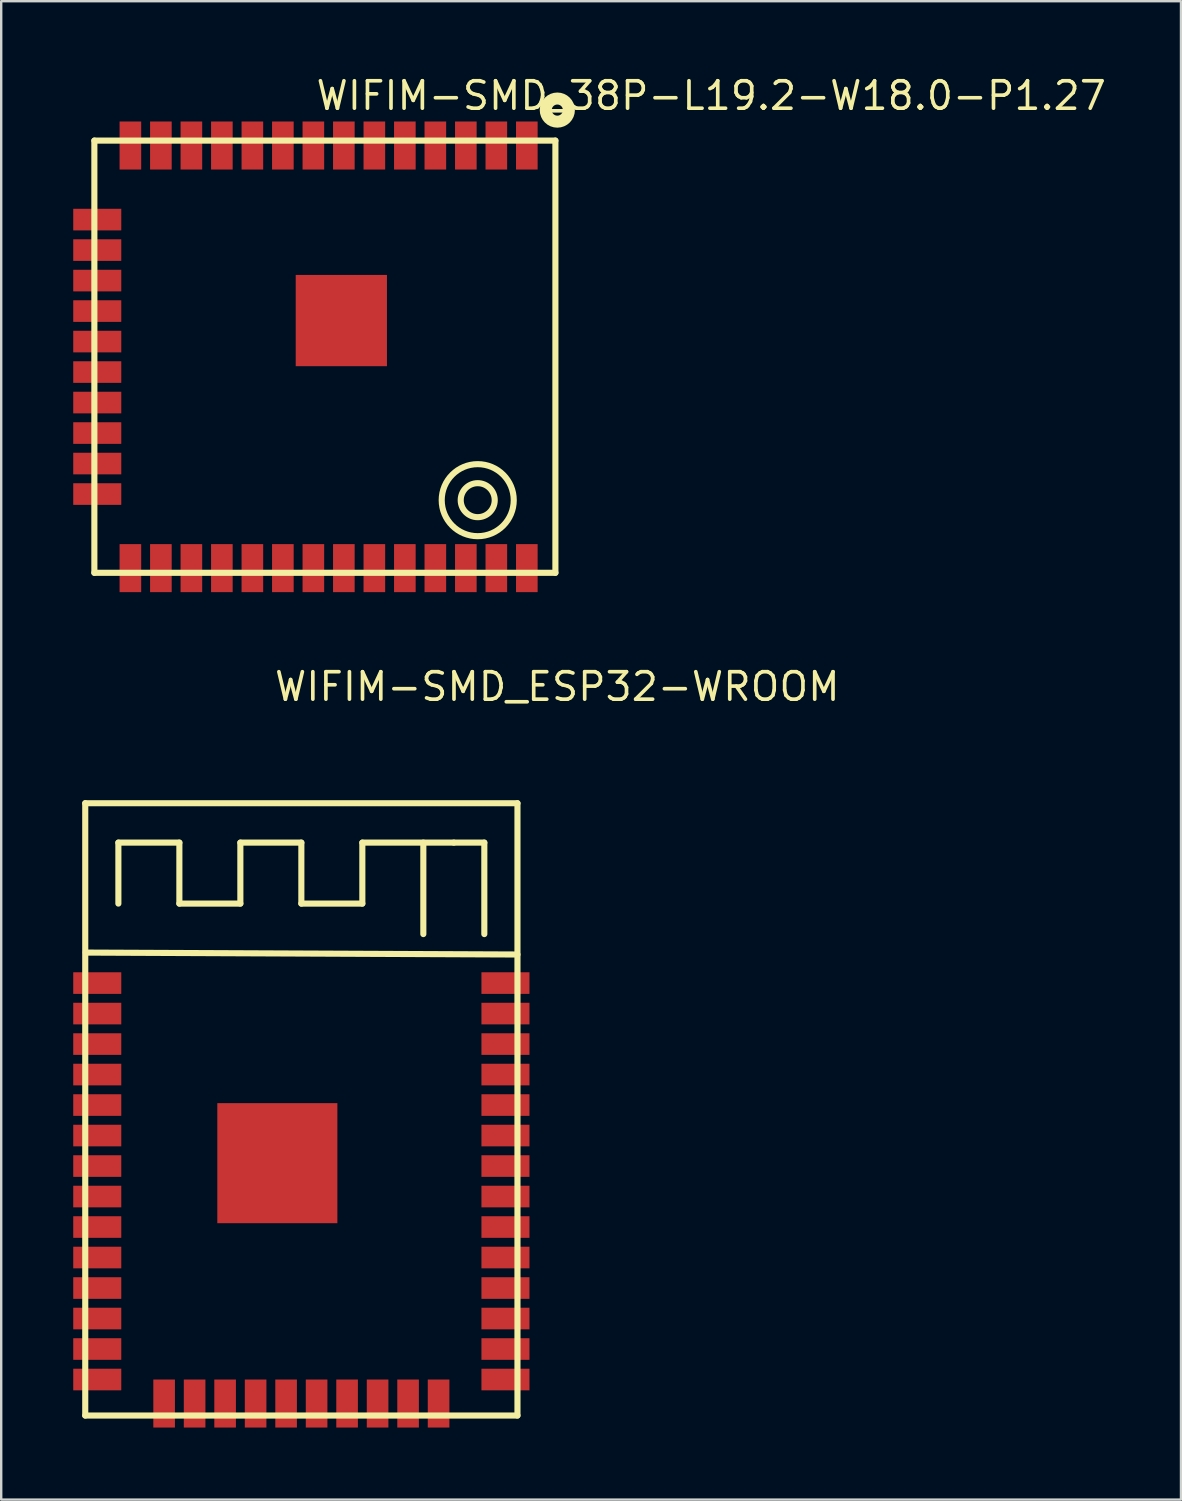
<source format=kicad_pcb>
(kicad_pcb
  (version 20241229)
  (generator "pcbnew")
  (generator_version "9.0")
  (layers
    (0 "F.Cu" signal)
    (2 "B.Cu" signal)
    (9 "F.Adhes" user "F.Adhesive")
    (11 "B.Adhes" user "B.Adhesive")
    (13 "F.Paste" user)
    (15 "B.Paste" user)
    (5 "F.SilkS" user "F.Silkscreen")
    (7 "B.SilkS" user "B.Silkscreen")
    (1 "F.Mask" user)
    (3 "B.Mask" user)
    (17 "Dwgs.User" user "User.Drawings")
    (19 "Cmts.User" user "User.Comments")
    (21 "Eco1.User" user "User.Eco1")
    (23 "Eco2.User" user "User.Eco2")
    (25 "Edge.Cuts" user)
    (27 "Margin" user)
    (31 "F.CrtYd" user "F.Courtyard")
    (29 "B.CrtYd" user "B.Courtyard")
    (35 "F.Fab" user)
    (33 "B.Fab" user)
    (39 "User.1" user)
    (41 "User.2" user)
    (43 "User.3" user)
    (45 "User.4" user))
  (footprint "WIFIM-SMD_ESP32-WROOM"
    (layer "F.Cu")
    (at 9.5 46.646)
    (property "Reference" "WIFIM-SMD_ESP32-WROOM" (at -1.2 -21.1 0) (layer "F.SilkS") (effects (font (size 1.143 1.143) (thickness 0.152)) (justify left)))
    (attr smd)
    (fp_line (start -9 -16.245) (end 9 -16.245) (stroke (width 0.254) (type solid)) (layer "F.SilkS"))
    (fp_line (start -9 9.255) (end -9 -16.245) (stroke (width 0.254) (type solid)) (layer "F.SilkS"))
    (fp_line (start -8.98 -10.025) (end 9 -9.945) (stroke (width 0.254) (type solid)) (layer "F.SilkS"))
    (fp_line (start -7.62 -14.605) (end -5.08 -14.605) (stroke (width 0.254) (type solid)) (layer "F.SilkS"))
    (fp_line (start -7.62 -12.065) (end -7.62 -14.605) (stroke (width 0.254) (type solid)) (layer "F.SilkS"))
    (fp_line (start -5.08 -14.605) (end -5.08 -12.065) (stroke (width 0.254) (type solid)) (layer "F.SilkS"))
    (fp_line (start -5.08 -12.065) (end -2.54 -12.065) (stroke (width 0.254) (type solid)) (layer "F.SilkS"))
    (fp_line (start -2.54 -14.605) (end 0 -14.605) (stroke (width 0.254) (type solid)) (layer "F.SilkS"))
    (fp_line (start -2.54 -12.065) (end -2.54 -14.605) (stroke (width 0.254) (type solid)) (layer "F.SilkS"))
    (fp_line (start 0 -14.605) (end 0 -12.065) (stroke (width 0.254) (type solid)) (layer "F.SilkS"))
    (fp_line (start 0 -12.065) (end 2.54 -12.065) (stroke (width 0.254) (type solid)) (layer "F.SilkS"))
    (fp_line (start 2.54 -14.605) (end 6.35 -14.605) (stroke (width 0.254) (type solid)) (layer "F.SilkS"))
    (fp_line (start 2.54 -12.065) (end 2.54 -14.605) (stroke (width 0.254) (type solid)) (layer "F.SilkS"))
    (fp_line (start 5.08 -14.605) (end 5.08 -10.795) (stroke (width 0.254) (type solid)) (layer "F.SilkS"))
    (fp_line (start 6.35 -14.605) (end 7.62 -14.605) (stroke (width 0.254) (type solid)) (layer "F.SilkS"))
    (fp_line (start 7.62 -14.605) (end 7.62 -10.795) (stroke (width 0.254) (type solid)) (layer "F.SilkS"))
    (fp_line (start 9 -16.245) (end 9 9.255) (stroke (width 0.254) (type solid)) (layer "F.SilkS"))
    (fp_line (start 9 9.255) (end -9 9.255) (stroke (width 0.254) (type solid)) (layer "F.SilkS"))
    (pad "1" smd rect (at -8.5 -8.755 180) (size 2 0.9) (layers "F.Cu" "F.Mask" "F.Paste"))
    (pad "2" smd rect (at -8.5 -7.485 180) (size 2 0.9) (layers "F.Cu" "F.Mask" "F.Paste"))
    (pad "3" smd rect (at -8.5 -6.215 180) (size 2 0.9) (layers "F.Cu" "F.Mask" "F.Paste"))
    (pad "4" smd rect (at -8.5 -4.945 180) (size 2 0.9) (layers "F.Cu" "F.Mask" "F.Paste"))
    (pad "5" smd rect (at -8.5 -3.675 180) (size 2 0.9) (layers "F.Cu" "F.Mask" "F.Paste"))
    (pad "6" smd rect (at -8.5 -2.405 180) (size 2 0.9) (layers "F.Cu" "F.Mask" "F.Paste"))
    (pad "7" smd rect (at -8.5 -1.135 180) (size 2 0.9) (layers "F.Cu" "F.Mask" "F.Paste"))
    (pad "8" smd rect (at -8.5 0.135 180) (size 2 0.9) (layers "F.Cu" "F.Mask" "F.Paste"))
    (pad "9" smd rect (at -8.5 1.405 180) (size 2 0.9) (layers "F.Cu" "F.Mask" "F.Paste"))
    (pad "10" smd rect (at -8.5 2.675 180) (size 2 0.9) (layers "F.Cu" "F.Mask" "F.Paste"))
    (pad "11" smd rect (at -8.5 3.945 180) (size 2 0.9) (layers "F.Cu" "F.Mask" "F.Paste"))
    (pad "12" smd rect (at -8.5 5.215 180) (size 2 0.9) (layers "F.Cu" "F.Mask" "F.Paste"))
    (pad "13" smd rect (at -8.5 6.485 180) (size 2 0.9) (layers "F.Cu" "F.Mask" "F.Paste"))
    (pad "14" smd rect (at -8.5 7.755 180) (size 2 0.9) (layers "F.Cu" "F.Mask" "F.Paste"))
    (pad "15" smd rect (at -5.715 8.755 270) (size 2 0.9) (layers "F.Cu" "F.Mask" "F.Paste"))
    (pad "16" smd rect (at -4.445 8.755 270) (size 2 0.9) (layers "F.Cu" "F.Mask" "F.Paste"))
    (pad "17" smd rect (at -3.175 8.755 270) (size 2 0.9) (layers "F.Cu" "F.Mask" "F.Paste"))
    (pad "18" smd rect (at -1.905 8.755 270) (size 2 0.9) (layers "F.Cu" "F.Mask" "F.Paste"))
    (pad "19" smd rect (at -0.635 8.755 270) (size 2 0.9) (layers "F.Cu" "F.Mask" "F.Paste"))
    (pad "20" smd rect (at 0.635 8.755 270) (size 2 0.9) (layers "F.Cu" "F.Mask" "F.Paste"))
    (pad "21" smd rect (at 1.905 8.755 90) (size 2 0.9) (layers "F.Cu" "F.Mask" "F.Paste"))
    (pad "22" smd rect (at 3.175 8.755 90) (size 2 0.9) (layers "F.Cu" "F.Mask" "F.Paste"))
    (pad "23" smd rect (at 4.445 8.755 90) (size 2 0.9) (layers "F.Cu" "F.Mask" "F.Paste"))
    (pad "24" smd rect (at 5.715 8.755 90) (size 2 0.9) (layers "F.Cu" "F.Mask" "F.Paste"))
    (pad "25" smd rect (at 8.5 7.755 180) (size 2 0.9) (layers "F.Cu" "F.Mask" "F.Paste"))
    (pad "26" smd rect (at 8.5 6.485 180) (size 2 0.9) (layers "F.Cu" "F.Mask" "F.Paste"))
    (pad "27" smd rect (at 8.5 5.215 180) (size 2 0.9) (layers "F.Cu" "F.Mask" "F.Paste"))
    (pad "28" smd rect (at 8.5 3.945 180) (size 2 0.9) (layers "F.Cu" "F.Mask" "F.Paste"))
    (pad "29" smd rect (at 8.5 2.675 180) (size 2 0.9) (layers "F.Cu" "F.Mask" "F.Paste"))
    (pad "30" smd rect (at 8.5 1.405 180) (size 2 0.9) (layers "F.Cu" "F.Mask" "F.Paste"))
    (pad "31" smd rect (at 8.5 0.135 180) (size 2 0.9) (layers "F.Cu" "F.Mask" "F.Paste"))
    (pad "32" smd rect (at 8.5 -1.135 180) (size 2 0.9) (layers "F.Cu" "F.Mask" "F.Paste"))
    (pad "33" smd rect (at 8.5 -2.405 180) (size 2 0.9) (layers "F.Cu" "F.Mask" "F.Paste"))
    (pad "34" smd rect (at 8.5 -3.675 180) (size 2 0.9) (layers "F.Cu" "F.Mask" "F.Paste"))
    (pad "35" smd rect (at 8.5 -4.945 180) (size 2 0.9) (layers "F.Cu" "F.Mask" "F.Paste"))
    (pad "36" smd rect (at 8.5 -6.215 180) (size 2 0.9) (layers "F.Cu" "F.Mask" "F.Paste"))
    (pad "37" smd rect (at 8.5 -7.485 180) (size 2 0.9) (layers "F.Cu" "F.Mask" "F.Paste"))
    (pad "38" smd rect (at 8.5 -8.755 180) (size 2 0.9) (layers "F.Cu" "F.Mask" "F.Paste"))
    (pad "39" smd rect (at -1 -1.255 180) (size 5 5) (layers "F.Cu" "F.Mask" "F.Paste")))
  (footprint "WIFIM-SMD_38P-L19.2-W18.0-P1.27"
    (layer "F.Cu")
    (at 9.945 11.81)
    (property "Reference" "WIFIM-SMD_38P-L19.2-W18.0-P1.27" (at 0.086 -10.875 0) (layer "F.SilkS") (effects (font (size 1.143 1.143) (thickness 0.152)) (justify left)))
    (attr smd)
    (fp_line (start -9.065 -9.005) (end 10.135 -9.005) (stroke (width 0.254) (type solid)) (layer "F.SilkS"))
    (fp_line (start -9.065 8.995) (end -9.065 -9.005) (stroke (width 0.254) (type solid)) (layer "F.SilkS"))
    (fp_line (start 10.135 -9.005) (end 10.135 8.995) (stroke (width 0.254) (type solid)) (layer "F.SilkS"))
    (fp_line (start 10.135 8.995) (end -9.065 8.995) (stroke (width 0.254) (type solid)) (layer "F.SilkS"))
    (fp_circle (center 6.9 5.97) (end 7.608 5.97) (stroke (width 0.254) (type solid)) (fill no) (layer "F.SilkS"))
    (fp_circle (center 6.9 5.97) (end 8.4 5.97) (stroke (width 0.254) (type solid)) (fill no) (layer "F.SilkS"))
    (fp_circle (center 10.215 -10.275) (end 10.447 -10.275) (stroke (width 0.5) (type solid)) (fill no) (layer "F.SilkS"))
    (pad "1" smd rect (at 8.945 -8.8 90) (size 2 0.9) (layers "F.Cu" "F.Mask" "F.Paste"))
    (pad "2" smd rect (at 7.675 -8.8 90) (size 2 0.9) (layers "F.Cu" "F.Mask" "F.Paste"))
    (pad "3" smd rect (at 6.405 -8.8 90) (size 2 0.9) (layers "F.Cu" "F.Mask" "F.Paste"))
    (pad "4" smd rect (at 5.135 -8.8 90) (size 2 0.9) (layers "F.Cu" "F.Mask" "F.Paste"))
    (pad "5" smd rect (at 3.865 -8.8 90) (size 2 0.9) (layers "F.Cu" "F.Mask" "F.Paste"))
    (pad "6" smd rect (at 2.595 -8.8 90) (size 2 0.9) (layers "F.Cu" "F.Mask" "F.Paste"))
    (pad "7" smd rect (at 1.325 -8.8 90) (size 2 0.9) (layers "F.Cu" "F.Mask" "F.Paste"))
    (pad "8" smd rect (at 0.055 -8.8 90) (size 2 0.9) (layers "F.Cu" "F.Mask" "F.Paste"))
    (pad "9" smd rect (at -1.215 -8.8 90) (size 2 0.9) (layers "F.Cu" "F.Mask" "F.Paste"))
    (pad "10" smd rect (at -2.485 -8.8 90) (size 2 0.9) (layers "F.Cu" "F.Mask" "F.Paste"))
    (pad "11" smd rect (at -3.755 -8.8 90) (size 2 0.9) (layers "F.Cu" "F.Mask" "F.Paste"))
    (pad "12" smd rect (at -5.025 -8.8 90) (size 2 0.9) (layers "F.Cu" "F.Mask" "F.Paste"))
    (pad "13" smd rect (at -6.295 -8.8 90) (size 2 0.9) (layers "F.Cu" "F.Mask" "F.Paste"))
    (pad "14" smd rect (at -7.565 -8.8 90) (size 2 0.9) (layers "F.Cu" "F.Mask" "F.Paste"))
    (pad "15" smd rect (at -8.945 -5.715 180) (size 2 0.9) (layers "F.Cu" "F.Mask" "F.Paste"))
    (pad "16" smd rect (at -8.945 -4.445 180) (size 2 0.9) (layers "F.Cu" "F.Mask" "F.Paste"))
    (pad "17" smd rect (at -8.945 -3.175 180) (size 2 0.9) (layers "F.Cu" "F.Mask" "F.Paste"))
    (pad "18" smd rect (at -8.945 -1.905 180) (size 2 0.9) (layers "F.Cu" "F.Mask" "F.Paste"))
    (pad "19" smd rect (at -8.945 -0.635 180) (size 2 0.9) (layers "F.Cu" "F.Mask" "F.Paste"))
    (pad "20" smd rect (at -8.945 0.635 180) (size 2 0.9) (layers "F.Cu" "F.Mask" "F.Paste"))
    (pad "21" smd rect (at -8.945 1.905 180) (size 2 0.9) (layers "F.Cu" "F.Mask" "F.Paste"))
    (pad "22" smd rect (at -8.945 3.175 180) (size 2 0.9) (layers "F.Cu" "F.Mask" "F.Paste"))
    (pad "23" smd rect (at -8.945 4.445 180) (size 2 0.9) (layers "F.Cu" "F.Mask" "F.Paste"))
    (pad "24" smd rect (at -8.945 5.715 180) (size 2 0.9) (layers "F.Cu" "F.Mask" "F.Paste"))
    (pad "25" smd rect (at -7.565 8.8 270) (size 2 0.9) (layers "F.Cu" "F.Mask" "F.Paste"))
    (pad "26" smd rect (at -6.295 8.8 270) (size 2 0.9) (layers "F.Cu" "F.Mask" "F.Paste"))
    (pad "27" smd rect (at -5.025 8.8 270) (size 2 0.9) (layers "F.Cu" "F.Mask" "F.Paste"))
    (pad "28" smd rect (at -3.755 8.8 270) (size 2 0.9) (layers "F.Cu" "F.Mask" "F.Paste"))
    (pad "29" smd rect (at -2.485 8.8 270) (size 2 0.9) (layers "F.Cu" "F.Mask" "F.Paste"))
    (pad "30" smd rect (at -1.215 8.8 270) (size 2 0.9) (layers "F.Cu" "F.Mask" "F.Paste"))
    (pad "31" smd rect (at 0.055 8.8 270) (size 2 0.9) (layers "F.Cu" "F.Mask" "F.Paste"))
    (pad "32" smd rect (at 1.325 8.8 270) (size 2 0.9) (layers "F.Cu" "F.Mask" "F.Paste"))
    (pad "33" smd rect (at 2.595 8.8 270) (size 2 0.9) (layers "F.Cu" "F.Mask" "F.Paste"))
    (pad "34" smd rect (at 3.865 8.8 270) (size 2 0.9) (layers "F.Cu" "F.Mask" "F.Paste"))
    (pad "35" smd rect (at 5.135 8.8 270) (size 2 0.9) (layers "F.Cu" "F.Mask" "F.Paste"))
    (pad "36" smd rect (at 6.405 8.8 270) (size 2 0.9) (layers "F.Cu" "F.Mask" "F.Paste"))
    (pad "37" smd rect (at 7.675 8.8 270) (size 2 0.9) (layers "F.Cu" "F.Mask" "F.Paste"))
    (pad "38" smd rect (at 8.945 8.8 270) (size 2 0.9) (layers "F.Cu" "F.Mask" "F.Paste"))
    (pad "39" smd rect (at 1.22 -1.51 180) (size 3.8 3.8) (layers "F.Cu" "F.Mask" "F.Paste")))
  (gr_rect
    (start -3 -3)
    (end 46.133 59.401)
    (stroke (width 0.1) (type default))
    (fill no)
    (layer "Edge.Cuts")))
</source>
